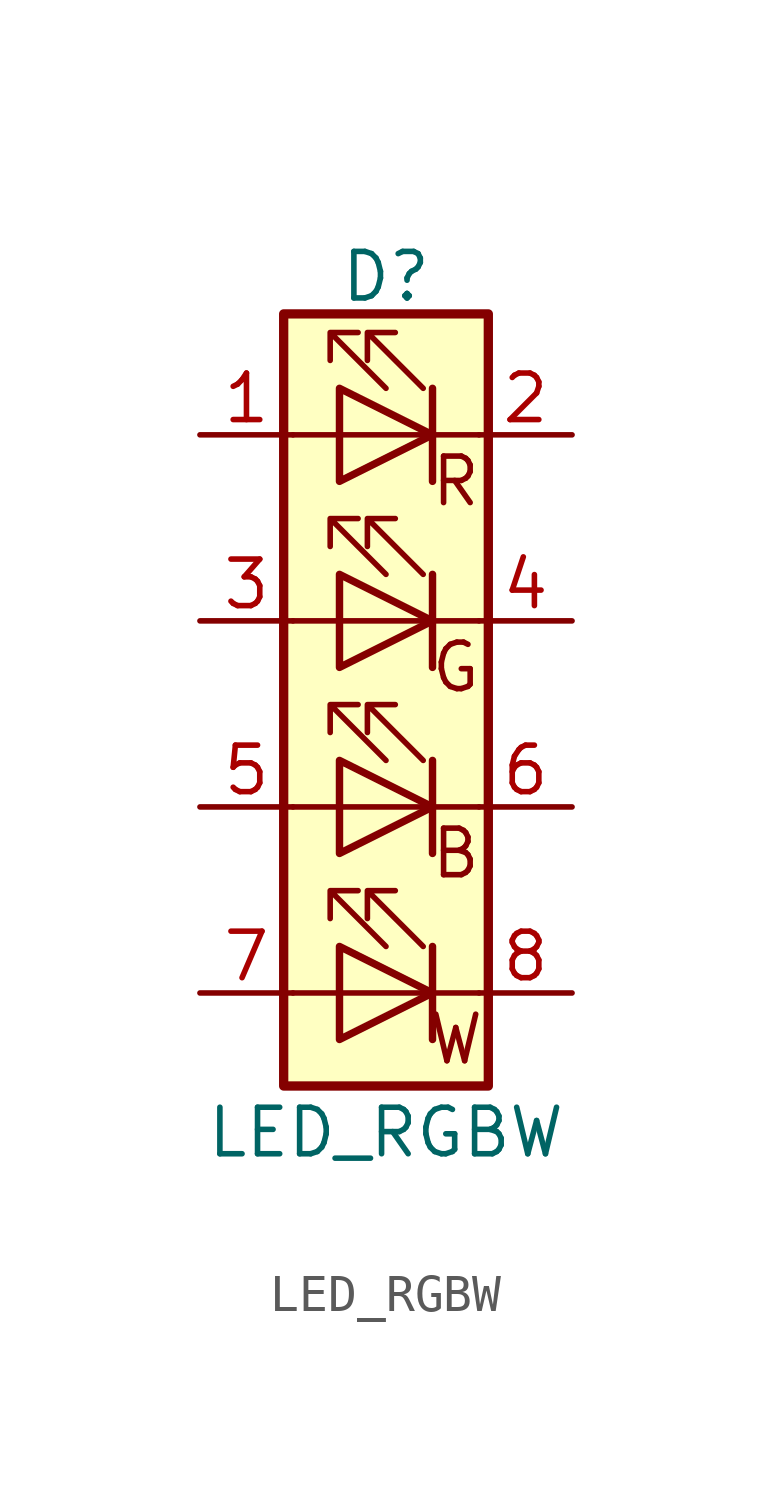
<source format=kicad_sym>
(kicad_symbol_lib
  (version 20211014)
  (generator kicad_symbol_editor)
  (symbol "LED_RGBW"
    (pin_names
      (offset 0) hide)
    (property "Reference" "D"
      (at 0 11.938 0)
      (effects (font (size 1.27 1.27))))
    (property "Value" "LED_RGBW"
      (at 0 -11.43 0)
      (effects (font (size 1.27 1.27))))
    (symbol "LED_RGBW_0_0"
      (text "B" (at 1.905 -3.81 0) (effects (font (size 1.27 1.27))))
      (text "G" (at 1.905 1.27 0) (effects (font (size 1.27 1.27))))
      (text "R" (at 1.905 6.35 0) (effects (font (size 1.27 1.27))))
      (text "W" (at 1.905 -8.89 0) (effects (font (size 1.27 1.27)))))
    (symbol "LED_RGBW_0_1"
      (rectangle (start -2.794 10.922) (end 2.794 -10.16) (stroke (width 0.254) (type default) (color 0 0 0 0)) (fill (type background)))
      (rectangle (start -1.27 1.27) (end -1.27 3.81) (stroke (width 0) (type default) (color 0 0 0 0)) (fill (type none)))
      (rectangle (start -1.27 3.81) (end -1.27 3.81) (stroke (width 0) (type default) (color 0 0 0 0)) (fill (type none)))
      (rectangle (start -1.27 6.35) (end -1.27 8.89) (stroke (width 0) (type default) (color 0 0 0 0)) (fill (type none)))
      (rectangle (start -1.27 8.89) (end -1.27 8.89) (stroke (width 0) (type default) (color 0 0 0 0)) (fill (type none)))
      (polyline (pts (xy -1.27 -7.62) (xy -2.54 -7.62)) (stroke (width 0) (type default) (color 0 0 0 0)) (fill (type none)))
      (polyline (pts (xy -1.27 -2.54) (xy -2.54 -2.54)) (stroke (width 0) (type default) (color 0 0 0 0)) (fill (type none)))
      (polyline (pts (xy -1.27 2.54) (xy -2.54 2.54)) (stroke (width 0) (type default) (color 0 0 0 0)) (fill (type none)))
      (polyline (pts (xy -1.27 2.54) (xy 1.27 2.54)) (stroke (width 0) (type default) (color 0 0 0 0)) (fill (type none)))
      (polyline (pts (xy -1.27 7.62) (xy -2.54 7.62)) (stroke (width 0) (type default) (color 0 0 0 0)) (fill (type none)))
      (polyline (pts (xy 1.27 -7.62) (xy -1.27 -7.62)) (stroke (width 0) (type default) (color 0 0 0 0)) (fill (type none)))
      (polyline (pts (xy 1.27 -7.62) (xy 2.54 -7.62)) (stroke (width 0) (type default) (color 0 0 0 0)) (fill (type none)))
      (polyline (pts (xy 1.27 -6.35) (xy 1.27 -8.89)) (stroke (width 0) (type default) (color 0 0 0 0)) (fill (type none)))
      (polyline (pts (xy 1.27 -6.35) (xy 1.27 -8.89)) (stroke (width 0.203) (type default) (color 0 0 0 0)) (fill (type none)))
      (polyline (pts (xy 1.27 -2.54) (xy -1.27 -2.54)) (stroke (width 0) (type default) (color 0 0 0 0)) (fill (type none)))
      (polyline (pts (xy 1.27 -2.54) (xy 2.54 -2.54)) (stroke (width 0) (type default) (color 0 0 0 0)) (fill (type none)))
      (polyline (pts (xy 1.27 -1.27) (xy 1.27 -3.81)) (stroke (width 0) (type default) (color 0 0 0 0)) (fill (type none)))
      (polyline (pts (xy 1.27 -1.27) (xy 1.27 -3.81)) (stroke (width 0.203) (type default) (color 0 0 0 0)) (fill (type none)))
      (polyline (pts (xy 1.27 2.54) (xy 2.54 2.54)) (stroke (width 0) (type default) (color 0 0 0 0)) (fill (type none)))
      (polyline (pts (xy 1.27 3.81) (xy 1.27 1.27)) (stroke (width 0.203) (type default) (color 0 0 0 0)) (fill (type none)))
      (polyline (pts (xy 1.27 7.62) (xy -1.27 7.62)) (stroke (width 0) (type default) (color 0 0 0 0)) (fill (type none)))
      (polyline (pts (xy 1.27 7.62) (xy 2.54 7.62)) (stroke (width 0) (type default) (color 0 0 0 0)) (fill (type none)))
      (polyline (pts (xy 1.27 8.89) (xy 1.27 6.35)) (stroke (width 0.203) (type default) (color 0 0 0 0)) (fill (type none)))
      (polyline (pts (xy 1.27 3.81) (xy 1.27 1.27) (xy 1.27 1.27)) (stroke (width 0) (type default) (color 0 0 0 0)) (fill (type none)))
      (polyline (pts (xy 1.27 8.89) (xy 1.27 6.35) (xy 1.27 6.35)) (stroke (width 0) (type default) (color 0 0 0 0)) (fill (type none)))
      (polyline (pts (xy -1.27 -6.35) (xy -1.27 -8.89) (xy 1.27 -7.62) (xy -1.27 -6.35)) (stroke (width 0.203) (type default) (color 0 0 0 0)) (fill (type none)))
      (polyline (pts (xy -1.27 -1.27) (xy -1.27 -3.81) (xy 1.27 -2.54) (xy -1.27 -1.27)) (stroke (width 0.203) (type default) (color 0 0 0 0)) (fill (type none)))
      (polyline (pts (xy -1.27 3.81) (xy -1.27 1.27) (xy 1.27 2.54) (xy -1.27 3.81)) (stroke (width 0.203) (type default) (color 0 0 0 0)) (fill (type none)))
      (polyline (pts (xy -1.27 8.89) (xy -1.27 6.35) (xy 1.27 7.62) (xy -1.27 8.89)) (stroke (width 0.203) (type default) (color 0 0 0 0)) (fill (type none)))
      (polyline (pts (xy 0 -6.35) (xy -1.524 -4.826) (xy -0.762 -4.826) (xy -1.524 -4.826) (xy -1.524 -5.588)) (stroke (width 0) (type default) (color 0 0 0 0)) (fill (type none)))
      (polyline (pts (xy 0 -1.27) (xy -1.524 0.254) (xy -0.762 0.254) (xy -1.524 0.254) (xy -1.524 -0.508)) (stroke (width 0) (type default) (color 0 0 0 0)) (fill (type none)))
      (polyline (pts (xy 0 3.81) (xy -1.524 5.334) (xy -0.762 5.334) (xy -1.524 5.334) (xy -1.524 4.572)) (stroke (width 0) (type default) (color 0 0 0 0)) (fill (type none)))
      (polyline (pts (xy 0 8.89) (xy -1.524 10.414) (xy -0.762 10.414) (xy -1.524 10.414) (xy -1.524 9.652)) (stroke (width 0) (type default) (color 0 0 0 0)) (fill (type none)))
      (polyline (pts (xy 1.016 -6.35) (xy -0.508 -4.826) (xy 0.254 -4.826) (xy -0.508 -4.826) (xy -0.508 -5.588)) (stroke (width 0) (type default) (color 0 0 0 0)) (fill (type none)))
      (polyline (pts (xy 1.016 -1.27) (xy -0.508 0.254) (xy 0.254 0.254) (xy -0.508 0.254) (xy -0.508 -0.508)) (stroke (width 0) (type default) (color 0 0 0 0)) (fill (type none)))
      (polyline (pts (xy 1.016 3.81) (xy -0.508 5.334) (xy 0.254 5.334) (xy -0.508 5.334) (xy -0.508 4.572)) (stroke (width 0) (type default) (color 0 0 0 0)) (fill (type none)))
      (polyline (pts (xy 1.016 8.89) (xy -0.508 10.414) (xy 0.254 10.414) (xy -0.508 10.414) (xy -0.508 9.652)) (stroke (width 0) (type default) (color 0 0 0 0)) (fill (type none))))
    (symbol "LED_RGBW_1_1"
      (pin passive line (at -5.08 7.62 0) (length 2.54) (name "RA" (effects (font (size 1.27 1.27)))) (number "1" (effects (font (size 1.27 1.27)))))
      (pin passive line (at 5.08 7.62 180) (length 2.54) (name "RK" (effects (font (size 1.27 1.27)))) (number "2" (effects (font (size 1.27 1.27)))))
      (pin passive line (at -5.08 2.54 0) (length 2.54) (name "GA" (effects (font (size 1.27 1.27)))) (number "3" (effects (font (size 1.27 1.27)))))
      (pin passive line (at 5.08 2.54 180) (length 2.54) (name "GK" (effects (font (size 1.27 1.27)))) (number "4" (effects (font (size 1.27 1.27)))))
      (pin passive line (at -5.08 -2.54 0) (length 2.54) (name "BA" (effects (font (size 1.27 1.27)))) (number "5" (effects (font (size 1.27 1.27)))))
      (pin passive line (at 5.08 -2.54 180) (length 2.54) (name "BK" (effects (font (size 1.27 1.27)))) (number "6" (effects (font (size 1.27 1.27)))))
      (pin passive line (at -5.08 -7.62 0) (length 2.54) (name "WA" (effects (font (size 1.27 1.27)))) (number "7" (effects (font (size 1.27 1.27)))))
      (pin passive line (at 5.08 -7.62 180) (length 2.54) (name "WK" (effects (font (size 1.27 1.27)))) (number "8" (effects (font (size 1.27 1.27))))))))
</source>
